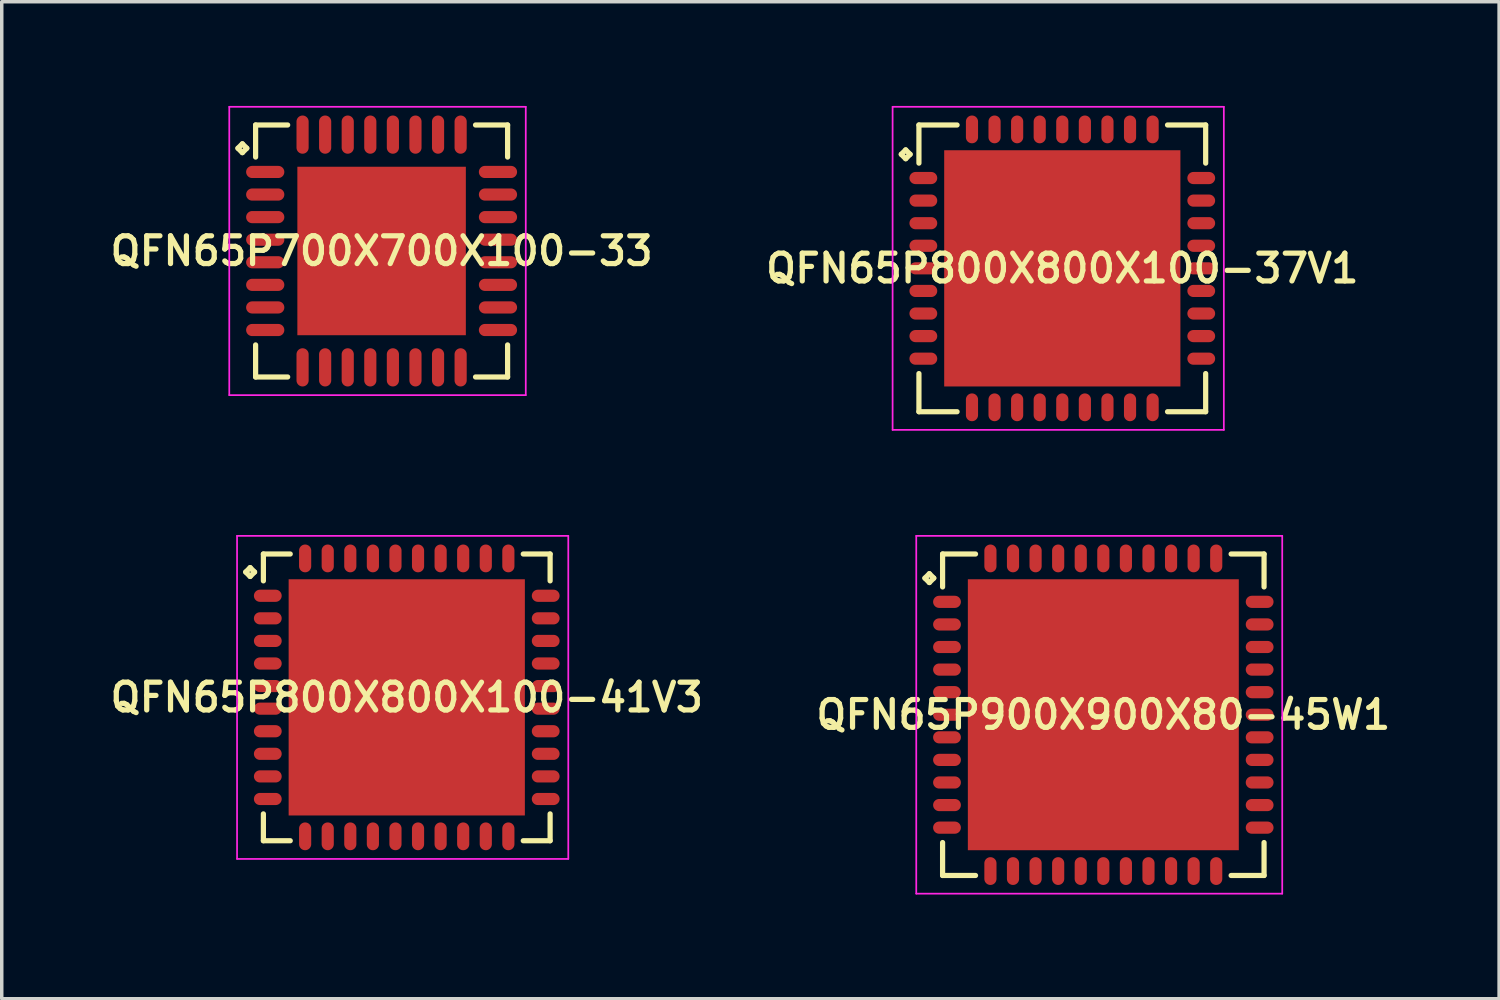
<source format=kicad_pcb>
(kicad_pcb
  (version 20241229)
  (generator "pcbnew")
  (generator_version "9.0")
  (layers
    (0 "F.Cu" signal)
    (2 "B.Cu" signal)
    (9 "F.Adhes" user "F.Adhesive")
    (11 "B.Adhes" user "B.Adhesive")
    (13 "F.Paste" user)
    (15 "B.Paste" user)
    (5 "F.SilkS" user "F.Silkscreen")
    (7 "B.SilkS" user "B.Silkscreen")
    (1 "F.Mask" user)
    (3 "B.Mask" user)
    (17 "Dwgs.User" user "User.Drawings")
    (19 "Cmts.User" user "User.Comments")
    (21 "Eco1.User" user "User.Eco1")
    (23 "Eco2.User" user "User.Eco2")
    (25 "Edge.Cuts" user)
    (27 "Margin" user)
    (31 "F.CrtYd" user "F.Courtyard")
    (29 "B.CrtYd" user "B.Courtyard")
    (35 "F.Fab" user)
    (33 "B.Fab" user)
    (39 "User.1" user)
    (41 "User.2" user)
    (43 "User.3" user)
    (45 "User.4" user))
  (footprint "QFN65P900X900X80-45W1"
    (layer "F.Cu")
    (at 28.711 17.525)
    (property "Reference" "QFN65P900X900X80-45W1" (at 0 0 0) (layer "F.SilkS") (effects (font (size 0.8 0.8) (thickness 0.15))))
    (attr smd)
    (fp_line (start -5.135 -3.933) (end -5.008 -4.06) (stroke (width 0.15) (type solid)) (layer "F.SilkS"))
    (fp_line (start -5.008 -4.06) (end -4.881 -3.933) (stroke (width 0.15) (type solid)) (layer "F.SilkS"))
    (fp_line (start -5.008 -3.806) (end -5.135 -3.933) (stroke (width 0.15) (type solid)) (layer "F.SilkS"))
    (fp_line (start -4.881 -3.933) (end -5.008 -3.806) (stroke (width 0.15) (type solid)) (layer "F.SilkS"))
    (fp_line (start -4.627 -4.627) (end -3.679 -4.627) (stroke (width 0.15) (type solid)) (layer "F.SilkS"))
    (fp_line (start -4.627 -3.679) (end -4.627 -4.627) (stroke (width 0.15) (type solid)) (layer "F.SilkS"))
    (fp_line (start -4.627 3.679) (end -4.627 4.627) (stroke (width 0.15) (type solid)) (layer "F.SilkS"))
    (fp_line (start -4.627 4.627) (end -3.679 4.627) (stroke (width 0.15) (type solid)) (layer "F.SilkS"))
    (fp_line (start 3.679 -4.627) (end 4.627 -4.627) (stroke (width 0.15) (type solid)) (layer "F.SilkS"))
    (fp_line (start 3.679 4.627) (end 4.627 4.627) (stroke (width 0.15) (type solid)) (layer "F.SilkS"))
    (fp_line (start 4.627 -4.627) (end 4.627 -3.679) (stroke (width 0.15) (type solid)) (layer "F.SilkS"))
    (fp_line (start 4.627 4.627) (end 4.627 3.679) (stroke (width 0.15) (type solid)) (layer "F.SilkS"))
    (fp_line (start -5.385 -5.15) (end 5.15 -5.15) (stroke (width 0.05) (type solid)) (layer "F.CrtYd"))
    (fp_line (start -5.385 5.15) (end -5.385 -5.15) (stroke (width 0.05) (type solid)) (layer "F.CrtYd"))
    (fp_line (start 5.15 -5.15) (end 5.15 5.15) (stroke (width 0.05) (type solid)) (layer "F.CrtYd"))
    (fp_line (start 5.15 5.15) (end -5.385 5.15) (stroke (width 0.05) (type solid)) (layer "F.CrtYd"))
    (pad "1" smd oval (at -4.5 -3.25) (size 0.8 0.35) (layers "F.Cu" "F.Mask" "F.Paste"))
    (pad "2" smd oval (at -4.5 -2.6) (size 0.8 0.35) (layers "F.Cu" "F.Mask" "F.Paste"))
    (pad "3" smd oval (at -4.5 -1.95) (size 0.8 0.35) (layers "F.Cu" "F.Mask" "F.Paste"))
    (pad "4" smd oval (at -4.5 -1.3) (size 0.8 0.35) (layers "F.Cu" "F.Mask" "F.Paste"))
    (pad "5" smd oval (at -4.5 -0.65) (size 0.8 0.35) (layers "F.Cu" "F.Mask" "F.Paste"))
    (pad "6" smd oval (at -4.5 0) (size 0.8 0.35) (layers "F.Cu" "F.Mask" "F.Paste"))
    (pad "7" smd oval (at -4.5 0.65) (size 0.8 0.35) (layers "F.Cu" "F.Mask" "F.Paste"))
    (pad "8" smd oval (at -4.5 1.3) (size 0.8 0.35) (layers "F.Cu" "F.Mask" "F.Paste"))
    (pad "9" smd oval (at -4.5 1.95) (size 0.8 0.35) (layers "F.Cu" "F.Mask" "F.Paste"))
    (pad "10" smd oval (at -4.5 2.6) (size 0.8 0.35) (layers "F.Cu" "F.Mask" "F.Paste"))
    (pad "11" smd oval (at -4.5 3.25) (size 0.8 0.35) (layers "F.Cu" "F.Mask" "F.Paste"))
    (pad "12" smd oval (at -3.25 4.5) (size 0.35 0.8) (layers "F.Cu" "F.Mask" "F.Paste"))
    (pad "13" smd oval (at -2.6 4.5) (size 0.35 0.8) (layers "F.Cu" "F.Mask" "F.Paste"))
    (pad "14" smd oval (at -1.95 4.5) (size 0.35 0.8) (layers "F.Cu" "F.Mask" "F.Paste"))
    (pad "15" smd oval (at -1.3 4.5) (size 0.35 0.8) (layers "F.Cu" "F.Mask" "F.Paste"))
    (pad "16" smd oval (at -0.65 4.5) (size 0.35 0.8) (layers "F.Cu" "F.Mask" "F.Paste"))
    (pad "17" smd oval (at 0 4.5) (size 0.35 0.8) (layers "F.Cu" "F.Mask" "F.Paste"))
    (pad "18" smd oval (at 0.65 4.5) (size 0.35 0.8) (layers "F.Cu" "F.Mask" "F.Paste"))
    (pad "19" smd oval (at 1.3 4.5) (size 0.35 0.8) (layers "F.Cu" "F.Mask" "F.Paste"))
    (pad "20" smd oval (at 1.95 4.5) (size 0.35 0.8) (layers "F.Cu" "F.Mask" "F.Paste"))
    (pad "21" smd oval (at 2.6 4.5) (size 0.35 0.8) (layers "F.Cu" "F.Mask" "F.Paste"))
    (pad "22" smd oval (at 3.25 4.5) (size 0.35 0.8) (layers "F.Cu" "F.Mask" "F.Paste"))
    (pad "23" smd oval (at 4.5 3.25) (size 0.8 0.35) (layers "F.Cu" "F.Mask" "F.Paste"))
    (pad "24" smd oval (at 4.5 2.6) (size 0.8 0.35) (layers "F.Cu" "F.Mask" "F.Paste"))
    (pad "25" smd oval (at 4.5 1.95) (size 0.8 0.35) (layers "F.Cu" "F.Mask" "F.Paste"))
    (pad "26" smd oval (at 4.5 1.3) (size 0.8 0.35) (layers "F.Cu" "F.Mask" "F.Paste"))
    (pad "27" smd oval (at 4.5 0.65) (size 0.8 0.35) (layers "F.Cu" "F.Mask" "F.Paste"))
    (pad "28" smd oval (at 4.5 0) (size 0.8 0.35) (layers "F.Cu" "F.Mask" "F.Paste"))
    (pad "29" smd oval (at 4.5 -0.65) (size 0.8 0.35) (layers "F.Cu" "F.Mask" "F.Paste"))
    (pad "30" smd oval (at 4.5 -1.3) (size 0.8 0.35) (layers "F.Cu" "F.Mask" "F.Paste"))
    (pad "31" smd oval (at 4.5 -1.95) (size 0.8 0.35) (layers "F.Cu" "F.Mask" "F.Paste"))
    (pad "32" smd oval (at 4.5 -2.6) (size 0.8 0.35) (layers "F.Cu" "F.Mask" "F.Paste"))
    (pad "33" smd oval (at 4.5 -3.25) (size 0.8 0.35) (layers "F.Cu" "F.Mask" "F.Paste"))
    (pad "34" smd oval (at 3.25 -4.5) (size 0.35 0.8) (layers "F.Cu" "F.Mask" "F.Paste"))
    (pad "35" smd oval (at 2.6 -4.5) (size 0.35 0.8) (layers "F.Cu" "F.Mask" "F.Paste"))
    (pad "36" smd oval (at 1.95 -4.5) (size 0.35 0.8) (layers "F.Cu" "F.Mask" "F.Paste"))
    (pad "37" smd oval (at 1.3 -4.5) (size 0.35 0.8) (layers "F.Cu" "F.Mask" "F.Paste"))
    (pad "38" smd oval (at 0.65 -4.5) (size 0.35 0.8) (layers "F.Cu" "F.Mask" "F.Paste"))
    (pad "39" smd oval (at 0 -4.5) (size 0.35 0.8) (layers "F.Cu" "F.Mask" "F.Paste"))
    (pad "40" smd oval (at -0.65 -4.5) (size 0.35 0.8) (layers "F.Cu" "F.Mask" "F.Paste"))
    (pad "41" smd oval (at -1.3 -4.5) (size 0.35 0.8) (layers "F.Cu" "F.Mask" "F.Paste"))
    (pad "42" smd oval (at -1.95 -4.5) (size 0.35 0.8) (layers "F.Cu" "F.Mask" "F.Paste"))
    (pad "43" smd oval (at -2.6 -4.5) (size 0.35 0.8) (layers "F.Cu" "F.Mask" "F.Paste"))
    (pad "44" smd oval (at -3.25 -4.5) (size 0.35 0.8) (layers "F.Cu" "F.Mask" "F.Paste"))
    (pad "45" smd rect (at 0 0) (size 7.8 7.8) (layers "F.Cu" "F.Mask" "F.Paste")))
  (footprint "QFN65P800X800X100-41V3"
    (layer "F.Cu")
    (at 8.659 17.025)
    (property "Reference" "QFN65P800X800X100-41V3" (at 0 0 0) (layer "F.SilkS") (effects (font (size 0.8 0.8) (thickness 0.15))))
    (attr smd)
    (fp_line (start -4.635 -3.608) (end -4.508 -3.735) (stroke (width 0.15) (type solid)) (layer "F.SilkS"))
    (fp_line (start -4.508 -3.735) (end -4.381 -3.608) (stroke (width 0.15) (type solid)) (layer "F.SilkS"))
    (fp_line (start -4.508 -3.481) (end -4.635 -3.608) (stroke (width 0.15) (type solid)) (layer "F.SilkS"))
    (fp_line (start -4.381 -3.608) (end -4.508 -3.481) (stroke (width 0.15) (type solid)) (layer "F.SilkS"))
    (fp_line (start -4.127 -4.127) (end -3.354 -4.127) (stroke (width 0.15) (type solid)) (layer "F.SilkS"))
    (fp_line (start -4.127 -3.354) (end -4.127 -4.127) (stroke (width 0.15) (type solid)) (layer "F.SilkS"))
    (fp_line (start -4.127 3.354) (end -4.127 4.127) (stroke (width 0.15) (type solid)) (layer "F.SilkS"))
    (fp_line (start -4.127 4.127) (end -3.354 4.127) (stroke (width 0.15) (type solid)) (layer "F.SilkS"))
    (fp_line (start 3.354 -4.127) (end 4.127 -4.127) (stroke (width 0.15) (type solid)) (layer "F.SilkS"))
    (fp_line (start 3.354 4.127) (end 4.127 4.127) (stroke (width 0.15) (type solid)) (layer "F.SilkS"))
    (fp_line (start 4.127 -4.127) (end 4.127 -3.354) (stroke (width 0.15) (type solid)) (layer "F.SilkS"))
    (fp_line (start 4.127 4.127) (end 4.127 3.354) (stroke (width 0.15) (type solid)) (layer "F.SilkS"))
    (fp_line (start -4.885 -4.65) (end 4.65 -4.65) (stroke (width 0.05) (type solid)) (layer "F.CrtYd"))
    (fp_line (start -4.885 4.65) (end -4.885 -4.65) (stroke (width 0.05) (type solid)) (layer "F.CrtYd"))
    (fp_line (start 4.65 -4.65) (end 4.65 4.65) (stroke (width 0.05) (type solid)) (layer "F.CrtYd"))
    (fp_line (start 4.65 4.65) (end -4.885 4.65) (stroke (width 0.05) (type solid)) (layer "F.CrtYd"))
    (pad "1" smd oval (at -4 -2.925) (size 0.8 0.35) (layers "F.Cu" "F.Mask" "F.Paste"))
    (pad "2" smd oval (at -4 -2.275) (size 0.8 0.35) (layers "F.Cu" "F.Mask" "F.Paste"))
    (pad "3" smd oval (at -4 -1.625) (size 0.8 0.35) (layers "F.Cu" "F.Mask" "F.Paste"))
    (pad "4" smd oval (at -4 -0.975) (size 0.8 0.35) (layers "F.Cu" "F.Mask" "F.Paste"))
    (pad "5" smd oval (at -4 -0.325) (size 0.8 0.35) (layers "F.Cu" "F.Mask" "F.Paste"))
    (pad "6" smd oval (at -4 0.325) (size 0.8 0.35) (layers "F.Cu" "F.Mask" "F.Paste"))
    (pad "7" smd oval (at -4 0.975) (size 0.8 0.35) (layers "F.Cu" "F.Mask" "F.Paste"))
    (pad "8" smd oval (at -4 1.625) (size 0.8 0.35) (layers "F.Cu" "F.Mask" "F.Paste"))
    (pad "9" smd oval (at -4 2.275) (size 0.8 0.35) (layers "F.Cu" "F.Mask" "F.Paste"))
    (pad "10" smd oval (at -4 2.925) (size 0.8 0.35) (layers "F.Cu" "F.Mask" "F.Paste"))
    (pad "11" smd oval (at -2.925 4) (size 0.35 0.8) (layers "F.Cu" "F.Mask" "F.Paste"))
    (pad "12" smd oval (at -2.275 4) (size 0.35 0.8) (layers "F.Cu" "F.Mask" "F.Paste"))
    (pad "13" smd oval (at -1.625 4) (size 0.35 0.8) (layers "F.Cu" "F.Mask" "F.Paste"))
    (pad "14" smd oval (at -0.975 4) (size 0.35 0.8) (layers "F.Cu" "F.Mask" "F.Paste"))
    (pad "15" smd oval (at -0.325 4) (size 0.35 0.8) (layers "F.Cu" "F.Mask" "F.Paste"))
    (pad "16" smd oval (at 0.325 4) (size 0.35 0.8) (layers "F.Cu" "F.Mask" "F.Paste"))
    (pad "17" smd oval (at 0.975 4) (size 0.35 0.8) (layers "F.Cu" "F.Mask" "F.Paste"))
    (pad "18" smd oval (at 1.625 4) (size 0.35 0.8) (layers "F.Cu" "F.Mask" "F.Paste"))
    (pad "19" smd oval (at 2.275 4) (size 0.35 0.8) (layers "F.Cu" "F.Mask" "F.Paste"))
    (pad "20" smd oval (at 2.925 4) (size 0.35 0.8) (layers "F.Cu" "F.Mask" "F.Paste"))
    (pad "21" smd oval (at 4 2.925) (size 0.8 0.35) (layers "F.Cu" "F.Mask" "F.Paste"))
    (pad "22" smd oval (at 4 2.275) (size 0.8 0.35) (layers "F.Cu" "F.Mask" "F.Paste"))
    (pad "23" smd oval (at 4 1.625) (size 0.8 0.35) (layers "F.Cu" "F.Mask" "F.Paste"))
    (pad "24" smd oval (at 4 0.975) (size 0.8 0.35) (layers "F.Cu" "F.Mask" "F.Paste"))
    (pad "25" smd oval (at 4 0.325) (size 0.8 0.35) (layers "F.Cu" "F.Mask" "F.Paste"))
    (pad "26" smd oval (at 4 -0.325) (size 0.8 0.35) (layers "F.Cu" "F.Mask" "F.Paste"))
    (pad "27" smd oval (at 4 -0.975) (size 0.8 0.35) (layers "F.Cu" "F.Mask" "F.Paste"))
    (pad "28" smd oval (at 4 -1.625) (size 0.8 0.35) (layers "F.Cu" "F.Mask" "F.Paste"))
    (pad "29" smd oval (at 4 -2.275) (size 0.8 0.35) (layers "F.Cu" "F.Mask" "F.Paste"))
    (pad "30" smd oval (at 4 -2.925) (size 0.8 0.35) (layers "F.Cu" "F.Mask" "F.Paste"))
    (pad "31" smd oval (at 2.925 -4) (size 0.35 0.8) (layers "F.Cu" "F.Mask" "F.Paste"))
    (pad "32" smd oval (at 2.275 -4) (size 0.35 0.8) (layers "F.Cu" "F.Mask" "F.Paste"))
    (pad "33" smd oval (at 1.625 -4) (size 0.35 0.8) (layers "F.Cu" "F.Mask" "F.Paste"))
    (pad "34" smd oval (at 0.975 -4) (size 0.35 0.8) (layers "F.Cu" "F.Mask" "F.Paste"))
    (pad "35" smd oval (at 0.325 -4) (size 0.35 0.8) (layers "F.Cu" "F.Mask" "F.Paste"))
    (pad "36" smd oval (at -0.325 -4) (size 0.35 0.8) (layers "F.Cu" "F.Mask" "F.Paste"))
    (pad "37" smd oval (at -0.975 -4) (size 0.35 0.8) (layers "F.Cu" "F.Mask" "F.Paste"))
    (pad "38" smd oval (at -1.625 -4) (size 0.35 0.8) (layers "F.Cu" "F.Mask" "F.Paste"))
    (pad "39" smd oval (at -2.275 -4) (size 0.35 0.8) (layers "F.Cu" "F.Mask" "F.Paste"))
    (pad "40" smd oval (at -2.925 -4) (size 0.35 0.8) (layers "F.Cu" "F.Mask" "F.Paste"))
    (pad "41" smd rect (at 0 0) (size 6.8 6.8) (layers "F.Cu" "F.Mask" "F.Paste")))
  (footprint "QFN65P700X700X100-33"
    (layer "F.Cu")
    (at 7.935 4.175)
    (property "Reference" "QFN65P700X700X100-33" (at 0 0 0) (layer "F.SilkS") (effects (font (size 0.8 0.8) (thickness 0.15))))
    (attr smd)
    (fp_line (start -4.135 -2.958) (end -4.008 -3.085) (stroke (width 0.15) (type solid)) (layer "F.SilkS"))
    (fp_line (start -4.008 -3.085) (end -3.881 -2.958) (stroke (width 0.15) (type solid)) (layer "F.SilkS"))
    (fp_line (start -4.008 -2.831) (end -4.135 -2.958) (stroke (width 0.15) (type solid)) (layer "F.SilkS"))
    (fp_line (start -3.881 -2.958) (end -4.008 -2.831) (stroke (width 0.15) (type solid)) (layer "F.SilkS"))
    (fp_line (start -3.627 -3.627) (end -2.704 -3.627) (stroke (width 0.15) (type solid)) (layer "F.SilkS"))
    (fp_line (start -3.627 -2.704) (end -3.627 -3.627) (stroke (width 0.15) (type solid)) (layer "F.SilkS"))
    (fp_line (start -3.627 2.704) (end -3.627 3.627) (stroke (width 0.15) (type solid)) (layer "F.SilkS"))
    (fp_line (start -3.627 3.627) (end -2.704 3.627) (stroke (width 0.15) (type solid)) (layer "F.SilkS"))
    (fp_line (start 2.704 -3.627) (end 3.627 -3.627) (stroke (width 0.15) (type solid)) (layer "F.SilkS"))
    (fp_line (start 2.704 3.627) (end 3.627 3.627) (stroke (width 0.15) (type solid)) (layer "F.SilkS"))
    (fp_line (start 3.627 -3.627) (end 3.627 -2.704) (stroke (width 0.15) (type solid)) (layer "F.SilkS"))
    (fp_line (start 3.627 3.627) (end 3.627 2.704) (stroke (width 0.15) (type solid)) (layer "F.SilkS"))
    (fp_line (start -4.385 -4.15) (end 4.15 -4.15) (stroke (width 0.05) (type solid)) (layer "F.CrtYd"))
    (fp_line (start -4.385 4.15) (end -4.385 -4.15) (stroke (width 0.05) (type solid)) (layer "F.CrtYd"))
    (fp_line (start 4.15 -4.15) (end 4.15 4.15) (stroke (width 0.05) (type solid)) (layer "F.CrtYd"))
    (fp_line (start 4.15 4.15) (end -4.385 4.15) (stroke (width 0.05) (type solid)) (layer "F.CrtYd"))
    (pad "1" smd oval (at -3.35 -2.275) (size 1.1 0.35) (layers "F.Cu" "F.Mask" "F.Paste"))
    (pad "2" smd oval (at -3.35 -1.625) (size 1.1 0.35) (layers "F.Cu" "F.Mask" "F.Paste"))
    (pad "3" smd oval (at -3.35 -0.975) (size 1.1 0.35) (layers "F.Cu" "F.Mask" "F.Paste"))
    (pad "4" smd oval (at -3.35 -0.325) (size 1.1 0.35) (layers "F.Cu" "F.Mask" "F.Paste"))
    (pad "5" smd oval (at -3.35 0.325) (size 1.1 0.35) (layers "F.Cu" "F.Mask" "F.Paste"))
    (pad "6" smd oval (at -3.35 0.975) (size 1.1 0.35) (layers "F.Cu" "F.Mask" "F.Paste"))
    (pad "7" smd oval (at -3.35 1.625) (size 1.1 0.35) (layers "F.Cu" "F.Mask" "F.Paste"))
    (pad "8" smd oval (at -3.35 2.275) (size 1.1 0.35) (layers "F.Cu" "F.Mask" "F.Paste"))
    (pad "9" smd oval (at -2.275 3.35) (size 0.35 1.1) (layers "F.Cu" "F.Mask" "F.Paste"))
    (pad "10" smd oval (at -1.625 3.35) (size 0.35 1.1) (layers "F.Cu" "F.Mask" "F.Paste"))
    (pad "11" smd oval (at -0.975 3.35) (size 0.35 1.1) (layers "F.Cu" "F.Mask" "F.Paste"))
    (pad "12" smd oval (at -0.325 3.35) (size 0.35 1.1) (layers "F.Cu" "F.Mask" "F.Paste"))
    (pad "13" smd oval (at 0.325 3.35) (size 0.35 1.1) (layers "F.Cu" "F.Mask" "F.Paste"))
    (pad "14" smd oval (at 0.975 3.35) (size 0.35 1.1) (layers "F.Cu" "F.Mask" "F.Paste"))
    (pad "15" smd oval (at 1.625 3.35) (size 0.35 1.1) (layers "F.Cu" "F.Mask" "F.Paste"))
    (pad "16" smd oval (at 2.275 3.35) (size 0.35 1.1) (layers "F.Cu" "F.Mask" "F.Paste"))
    (pad "17" smd oval (at 3.35 2.275) (size 1.1 0.35) (layers "F.Cu" "F.Mask" "F.Paste"))
    (pad "18" smd oval (at 3.35 1.625) (size 1.1 0.35) (layers "F.Cu" "F.Mask" "F.Paste"))
    (pad "19" smd oval (at 3.35 0.975) (size 1.1 0.35) (layers "F.Cu" "F.Mask" "F.Paste"))
    (pad "20" smd oval (at 3.35 0.325) (size 1.1 0.35) (layers "F.Cu" "F.Mask" "F.Paste"))
    (pad "21" smd oval (at 3.35 -0.325) (size 1.1 0.35) (layers "F.Cu" "F.Mask" "F.Paste"))
    (pad "22" smd oval (at 3.35 -0.975) (size 1.1 0.35) (layers "F.Cu" "F.Mask" "F.Paste"))
    (pad "23" smd oval (at 3.35 -1.625) (size 1.1 0.35) (layers "F.Cu" "F.Mask" "F.Paste"))
    (pad "24" smd oval (at 3.35 -2.275) (size 1.1 0.35) (layers "F.Cu" "F.Mask" "F.Paste"))
    (pad "25" smd oval (at 2.275 -3.35) (size 0.35 1.1) (layers "F.Cu" "F.Mask" "F.Paste"))
    (pad "26" smd oval (at 1.625 -3.35) (size 0.35 1.1) (layers "F.Cu" "F.Mask" "F.Paste"))
    (pad "27" smd oval (at 0.975 -3.35) (size 0.35 1.1) (layers "F.Cu" "F.Mask" "F.Paste"))
    (pad "28" smd oval (at 0.325 -3.35) (size 0.35 1.1) (layers "F.Cu" "F.Mask" "F.Paste"))
    (pad "29" smd oval (at -0.325 -3.35) (size 0.35 1.1) (layers "F.Cu" "F.Mask" "F.Paste"))
    (pad "30" smd oval (at -0.975 -3.35) (size 0.35 1.1) (layers "F.Cu" "F.Mask" "F.Paste"))
    (pad "31" smd oval (at -1.625 -3.35) (size 0.35 1.1) (layers "F.Cu" "F.Mask" "F.Paste"))
    (pad "32" smd oval (at -2.275 -3.35) (size 0.35 1.1) (layers "F.Cu" "F.Mask" "F.Paste"))
    (pad "33" smd rect (at 0 0) (size 4.85 4.85) (layers "F.Cu" "F.Mask" "F.Paste")))
  (footprint "QFN65P800X800X100-37V1"
    (layer "F.Cu")
    (at 27.53 4.675)
    (property "Reference" "QFN65P800X800X100-37V1" (at 0 0 0) (layer "F.SilkS") (effects (font (size 0.8 0.8) (thickness 0.15))))
    (attr smd)
    (fp_line (start -4.635 -3.283) (end -4.508 -3.41) (stroke (width 0.15) (type solid)) (layer "F.SilkS"))
    (fp_line (start -4.508 -3.41) (end -4.381 -3.283) (stroke (width 0.15) (type solid)) (layer "F.SilkS"))
    (fp_line (start -4.508 -3.156) (end -4.635 -3.283) (stroke (width 0.15) (type solid)) (layer "F.SilkS"))
    (fp_line (start -4.381 -3.283) (end -4.508 -3.156) (stroke (width 0.15) (type solid)) (layer "F.SilkS"))
    (fp_line (start -4.127 -4.127) (end -3.029 -4.127) (stroke (width 0.15) (type solid)) (layer "F.SilkS"))
    (fp_line (start -4.127 -3.029) (end -4.127 -4.127) (stroke (width 0.15) (type solid)) (layer "F.SilkS"))
    (fp_line (start -4.127 3.029) (end -4.127 4.127) (stroke (width 0.15) (type solid)) (layer "F.SilkS"))
    (fp_line (start -4.127 4.127) (end -3.029 4.127) (stroke (width 0.15) (type solid)) (layer "F.SilkS"))
    (fp_line (start 3.029 -4.127) (end 4.127 -4.127) (stroke (width 0.15) (type solid)) (layer "F.SilkS"))
    (fp_line (start 3.029 4.127) (end 4.127 4.127) (stroke (width 0.15) (type solid)) (layer "F.SilkS"))
    (fp_line (start 4.127 -4.127) (end 4.127 -3.029) (stroke (width 0.15) (type solid)) (layer "F.SilkS"))
    (fp_line (start 4.127 4.127) (end 4.127 3.029) (stroke (width 0.15) (type solid)) (layer "F.SilkS"))
    (fp_line (start -4.885 -4.65) (end 4.65 -4.65) (stroke (width 0.05) (type solid)) (layer "F.CrtYd"))
    (fp_line (start -4.885 4.65) (end -4.885 -4.65) (stroke (width 0.05) (type solid)) (layer "F.CrtYd"))
    (fp_line (start 4.65 -4.65) (end 4.65 4.65) (stroke (width 0.05) (type solid)) (layer "F.CrtYd"))
    (fp_line (start 4.65 4.65) (end -4.885 4.65) (stroke (width 0.05) (type solid)) (layer "F.CrtYd"))
    (pad "1" smd oval (at -4 -2.6) (size 0.8 0.35) (layers "F.Cu" "F.Mask" "F.Paste"))
    (pad "2" smd oval (at -4 -1.95) (size 0.8 0.35) (layers "F.Cu" "F.Mask" "F.Paste"))
    (pad "3" smd oval (at -4 -1.3) (size 0.8 0.35) (layers "F.Cu" "F.Mask" "F.Paste"))
    (pad "4" smd oval (at -4 -0.65) (size 0.8 0.35) (layers "F.Cu" "F.Mask" "F.Paste"))
    (pad "5" smd oval (at -4 0) (size 0.8 0.35) (layers "F.Cu" "F.Mask" "F.Paste"))
    (pad "6" smd oval (at -4 0.65) (size 0.8 0.35) (layers "F.Cu" "F.Mask" "F.Paste"))
    (pad "7" smd oval (at -4 1.3) (size 0.8 0.35) (layers "F.Cu" "F.Mask" "F.Paste"))
    (pad "8" smd oval (at -4 1.95) (size 0.8 0.35) (layers "F.Cu" "F.Mask" "F.Paste"))
    (pad "9" smd oval (at -4 2.6) (size 0.8 0.35) (layers "F.Cu" "F.Mask" "F.Paste"))
    (pad "10" smd oval (at -2.6 4) (size 0.35 0.8) (layers "F.Cu" "F.Mask" "F.Paste"))
    (pad "11" smd oval (at -1.95 4) (size 0.35 0.8) (layers "F.Cu" "F.Mask" "F.Paste"))
    (pad "12" smd oval (at -1.3 4) (size 0.35 0.8) (layers "F.Cu" "F.Mask" "F.Paste"))
    (pad "13" smd oval (at -0.65 4) (size 0.35 0.8) (layers "F.Cu" "F.Mask" "F.Paste"))
    (pad "14" smd oval (at 0 4) (size 0.35 0.8) (layers "F.Cu" "F.Mask" "F.Paste"))
    (pad "15" smd oval (at 0.65 4) (size 0.35 0.8) (layers "F.Cu" "F.Mask" "F.Paste"))
    (pad "16" smd oval (at 1.3 4) (size 0.35 0.8) (layers "F.Cu" "F.Mask" "F.Paste"))
    (pad "17" smd oval (at 1.95 4) (size 0.35 0.8) (layers "F.Cu" "F.Mask" "F.Paste"))
    (pad "18" smd oval (at 2.6 4) (size 0.35 0.8) (layers "F.Cu" "F.Mask" "F.Paste"))
    (pad "19" smd oval (at 4 2.6) (size 0.8 0.35) (layers "F.Cu" "F.Mask" "F.Paste"))
    (pad "20" smd oval (at 4 1.95) (size 0.8 0.35) (layers "F.Cu" "F.Mask" "F.Paste"))
    (pad "21" smd oval (at 4 1.3) (size 0.8 0.35) (layers "F.Cu" "F.Mask" "F.Paste"))
    (pad "22" smd oval (at 4 0.65) (size 0.8 0.35) (layers "F.Cu" "F.Mask" "F.Paste"))
    (pad "23" smd oval (at 4 0) (size 0.8 0.35) (layers "F.Cu" "F.Mask" "F.Paste"))
    (pad "24" smd oval (at 4 -0.65) (size 0.8 0.35) (layers "F.Cu" "F.Mask" "F.Paste"))
    (pad "25" smd oval (at 4 -1.3) (size 0.8 0.35) (layers "F.Cu" "F.Mask" "F.Paste"))
    (pad "26" smd oval (at 4 -1.95) (size 0.8 0.35) (layers "F.Cu" "F.Mask" "F.Paste"))
    (pad "27" smd oval (at 4 -2.6) (size 0.8 0.35) (layers "F.Cu" "F.Mask" "F.Paste"))
    (pad "28" smd oval (at 2.6 -4) (size 0.35 0.8) (layers "F.Cu" "F.Mask" "F.Paste"))
    (pad "29" smd oval (at 1.95 -4) (size 0.35 0.8) (layers "F.Cu" "F.Mask" "F.Paste"))
    (pad "30" smd oval (at 1.3 -4) (size 0.35 0.8) (layers "F.Cu" "F.Mask" "F.Paste"))
    (pad "31" smd oval (at 0.65 -4) (size 0.35 0.8) (layers "F.Cu" "F.Mask" "F.Paste"))
    (pad "32" smd oval (at 0 -4) (size 0.35 0.8) (layers "F.Cu" "F.Mask" "F.Paste"))
    (pad "33" smd oval (at -0.65 -4) (size 0.35 0.8) (layers "F.Cu" "F.Mask" "F.Paste"))
    (pad "34" smd oval (at -1.3 -4) (size 0.35 0.8) (layers "F.Cu" "F.Mask" "F.Paste"))
    (pad "35" smd oval (at -1.95 -4) (size 0.35 0.8) (layers "F.Cu" "F.Mask" "F.Paste"))
    (pad "36" smd oval (at -2.6 -4) (size 0.35 0.8) (layers "F.Cu" "F.Mask" "F.Paste"))
    (pad "37" smd rect (at 0 0) (size 6.8 6.8) (layers "F.Cu" "F.Mask" "F.Paste")))
  (gr_rect
    (start -3 -3)
    (end 40.104 25.7)
    (stroke (width 0.1) (type default))
    (fill no)
    (layer "Edge.Cuts")))
</source>
